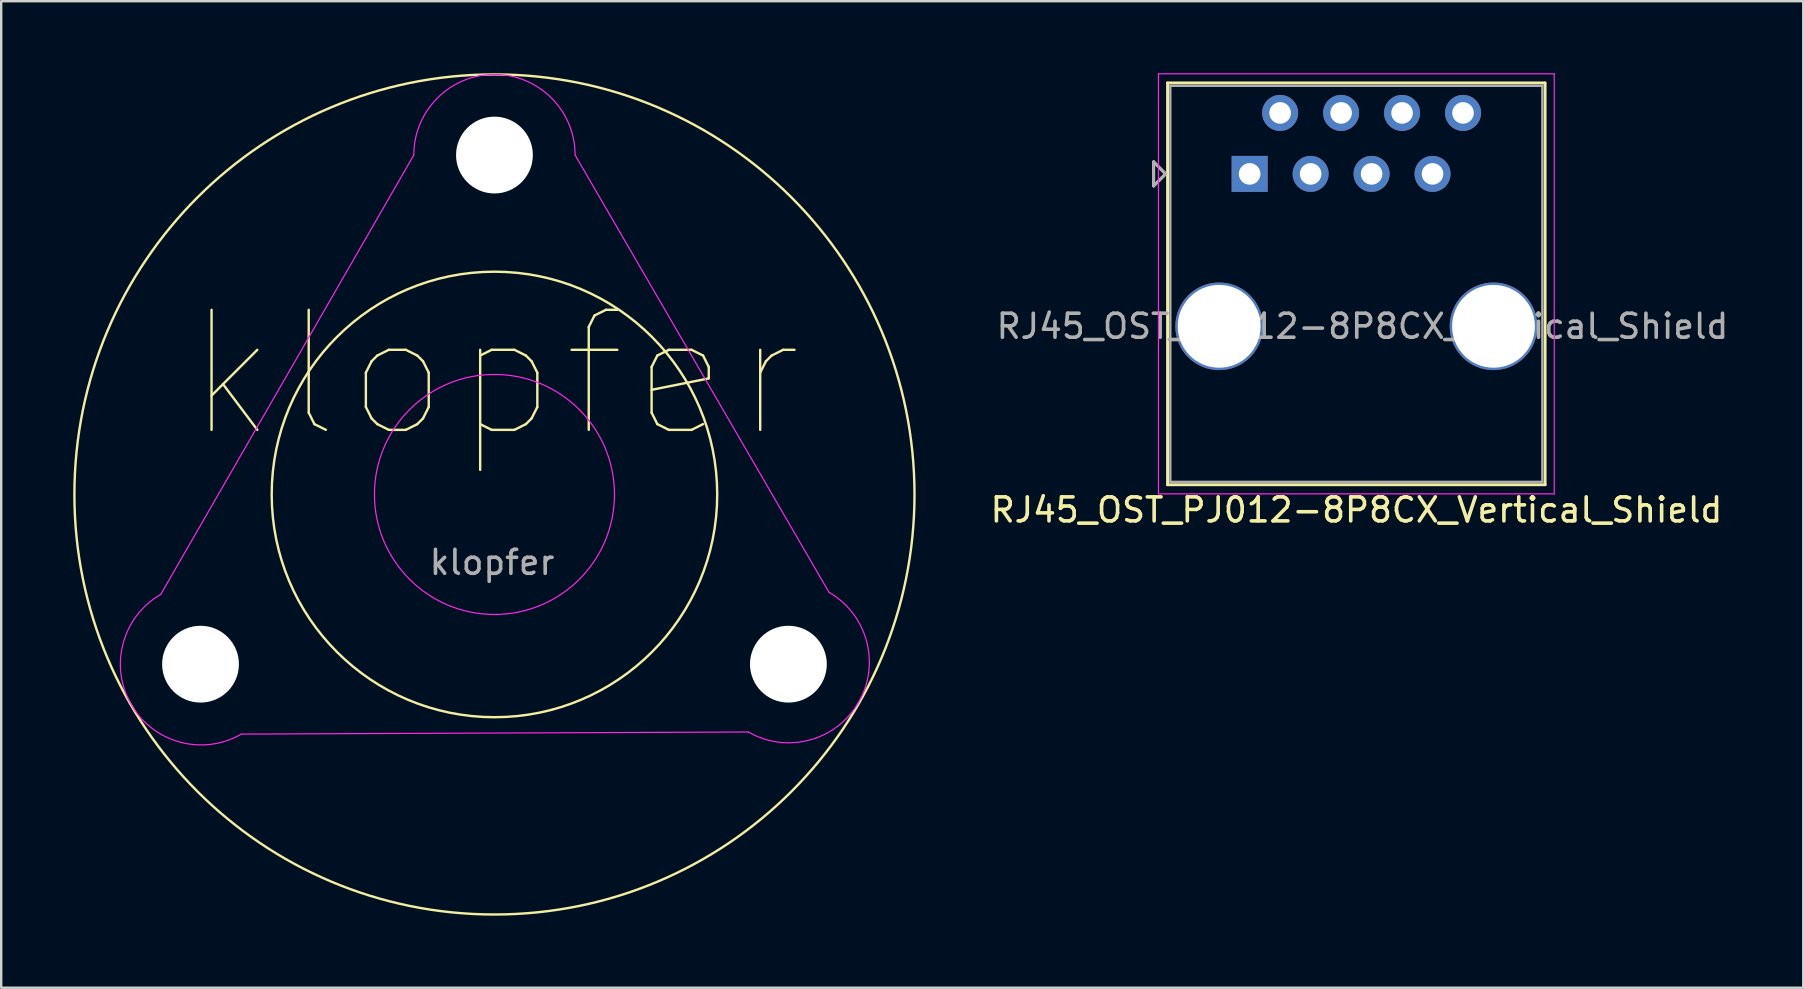
<source format=kicad_pcb>
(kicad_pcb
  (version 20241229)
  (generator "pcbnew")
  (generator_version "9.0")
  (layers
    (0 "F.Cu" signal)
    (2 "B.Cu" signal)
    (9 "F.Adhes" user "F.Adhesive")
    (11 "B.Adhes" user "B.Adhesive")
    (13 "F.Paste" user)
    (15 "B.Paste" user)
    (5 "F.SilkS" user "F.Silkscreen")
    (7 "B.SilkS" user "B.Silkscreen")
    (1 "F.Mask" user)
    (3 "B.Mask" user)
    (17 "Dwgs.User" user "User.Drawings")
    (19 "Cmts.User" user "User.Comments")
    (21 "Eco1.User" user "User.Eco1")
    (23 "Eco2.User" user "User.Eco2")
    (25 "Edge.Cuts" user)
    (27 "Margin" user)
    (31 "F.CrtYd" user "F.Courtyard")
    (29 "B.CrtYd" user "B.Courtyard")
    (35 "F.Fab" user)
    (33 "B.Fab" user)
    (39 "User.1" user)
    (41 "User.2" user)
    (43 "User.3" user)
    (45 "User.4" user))
  (footprint "klopfer"
    (layer "F.Cu")
    (at 17.55 17.55)
    (property "Reference" "klopfer" (at 0 -5 0) (layer "F.SilkS") (effects (font (size 5 5) (thickness 0.1))))
    (attr smd)
    (fp_circle (center 0 0) (end 9.28 0.1) (stroke (width 0.1) (type default)) (fill no) (layer "F.SilkS"))
    (fp_circle (center 0 0) (end 17.5 0) (stroke (width 0.1) (type default)) (fill no) (layer "F.SilkS"))
    (fp_line (start -13.904 4.164) (end -3.36 -14.14) (stroke (width 0.05) (type default)) (layer "F.CrtYd"))
    (fp_line (start 3.36 -14.14) (end 13.938 4.077) (stroke (width 0.05) (type default)) (layer "F.CrtYd"))
    (fp_line (start 10.578 9.896) (end -10.544 9.984) (stroke (width 0.05) (type default)) (layer "F.CrtYd"))
    (fp_arc (start -10.544489 9.984068) (mid -15.134335 8.754222) (end -13.904489 4.164376) (stroke (width 0.05) (type default)) (layer "F.CrtYd"))
    (fp_arc (start -3.36 -14.14) (mid 0 -17.5) (end 3.36 -14.14) (stroke (width 0.05) (type default)) (layer "F.CrtYd"))
    (fp_arc (start 13.937896 4.07673) (mid 15.167742 8.666576) (end 10.577896 9.896422) (stroke (width 0.05) (type default)) (layer "F.CrtYd"))
    (fp_circle (center 0 0) (end 5 0) (stroke (width 0.05) (type default)) (fill no) (layer "F.CrtYd"))
    (fp_text user "${REFERENCE}" (at -0.1 2.83 0) (unlocked yes) (layer "F.Fab") (effects (font (size 1 1) (thickness 0.15))))
    (pad "" np_thru_hole circle (at -12.246 7.071) (size 3.2 3.2) (drill 3.2) (layers "*.Cu" "*.Mask"))
    (pad "" np_thru_hole circle (at 0 -14.14) (size 3.2 3.2) (drill 3.2) (layers "*.Cu" "*.Mask"))
    (pad "" np_thru_hole circle (at 12.246 7.071) (size 3.2 3.2) (drill 3.2) (layers "*.Cu" "*.Mask")))
  (footprint "RJ45_OST_PJ012-8P8CX_Vertical_Shield"
    (layer "F.Cu")
    (at 49.013 4.195)
    (property "Reference" "RJ45_OST_PJ012-8P8CX_Vertical_Shield" (at 4.45 14 0) (layer "F.SilkS") (effects (font (size 1 1) (thickness 0.15))))
    (attr through_hole)
    (fp_line (start -4 -0.5) (end -4 0.5) (stroke (width 0.12) (type solid)) (layer "F.SilkS"))
    (fp_line (start -4 0.5) (end -3.5 0) (stroke (width 0.12) (type solid)) (layer "F.SilkS"))
    (fp_line (start -3.5 0) (end -4 -0.5) (stroke (width 0.12) (type solid)) (layer "F.SilkS"))
    (fp_line (start -3.42 -3.79) (end -3.42 12.95) (stroke (width 0.12) (type solid)) (layer "F.SilkS"))
    (fp_line (start 12.3 -3.79) (end -3.42 -3.79) (stroke (width 0.12) (type solid)) (layer "F.SilkS"))
    (fp_line (start 12.31 -3.79) (end 12.31 12.95) (stroke (width 0.12) (type solid)) (layer "F.SilkS"))
    (fp_line (start 12.31 12.95) (end -3.42 12.95) (stroke (width 0.12) (type solid)) (layer "F.SilkS"))
    (fp_line (start -3.8 -4.17) (end -3.8 13.33) (stroke (width 0.05) (type solid)) (layer "F.CrtYd"))
    (fp_line (start -3.8 -4.17) (end 12.69 -4.17) (stroke (width 0.05) (type solid)) (layer "F.CrtYd"))
    (fp_line (start -3.8 13.33) (end 12.69 13.33) (stroke (width 0.05) (type solid)) (layer "F.CrtYd"))
    (fp_line (start 12.69 -4.17) (end 12.69 13.33) (stroke (width 0.05) (type solid)) (layer "F.CrtYd"))
    (fp_line (start -4 -0.5) (end -4 0.5) (stroke (width 0.12) (type solid)) (layer "F.Fab"))
    (fp_line (start -4 0.5) (end -3.5 0) (stroke (width 0.12) (type solid)) (layer "F.Fab"))
    (fp_line (start -3.5 0) (end -4 -0.5) (stroke (width 0.12) (type solid)) (layer "F.Fab"))
    (fp_line (start -3.305 -3.67) (end -3.305 12.83) (stroke (width 0.1) (type solid)) (layer "F.Fab"))
    (fp_line (start 12.195 -3.67) (end -3.305 -3.67) (stroke (width 0.1) (type solid)) (layer "F.Fab"))
    (fp_line (start 12.195 -3.67) (end 12.195 12.83) (stroke (width 0.1) (type solid)) (layer "F.Fab"))
    (fp_line (start 12.195 12.83) (end -3.305 12.83) (stroke (width 0.1) (type solid)) (layer "F.Fab"))
    (fp_text user "${REFERENCE}" (at 4.7 6.35 0) (layer "F.Fab") (effects (font (size 1 1) (thickness 0.15))))
    (pad "1" thru_hole rect (at 0 0) (size 1.5 1.5) (drill 0.9) (layers "*.Cu" "*.Mask"))
    (pad "2" thru_hole circle (at 1.27 -2.54) (size 1.5 1.5) (drill 0.9) (layers "*.Cu" "*.Mask"))
    (pad "3" thru_hole circle (at 2.54 0) (size 1.5 1.5) (drill 0.9) (layers "*.Cu" "*.Mask"))
    (pad "4" thru_hole circle (at 3.81 -2.54) (size 1.5 1.5) (drill 0.9) (layers "*.Cu" "*.Mask"))
    (pad "5" thru_hole circle (at 5.08 0) (size 1.5 1.5) (drill 0.9) (layers "*.Cu" "*.Mask"))
    (pad "6" thru_hole circle (at 6.35 -2.54) (size 1.5 1.5) (drill 0.9) (layers "*.Cu" "*.Mask"))
    (pad "7" thru_hole circle (at 7.62 0) (size 1.5 1.5) (drill 0.9) (layers "*.Cu" "*.Mask"))
    (pad "8" thru_hole circle (at 8.89 -2.54) (size 1.5 1.5) (drill 0.9) (layers "*.Cu" "*.Mask"))
    (pad "SH" thru_hole circle (at -1.27 6.35) (size 3.65 3.65) (drill 3.45) (layers "*.Cu" "*.Mask"))
    (pad "SH" thru_hole circle (at 10.16 6.35) (size 3.65 3.65) (drill 3.45) (layers "*.Cu" "*.Mask")))
  (gr_rect
    (start -3 -3)
    (end 72.076 38.1)
    (stroke (width 0.1) (type default))
    (fill no)
    (layer "Edge.Cuts")))
</source>
